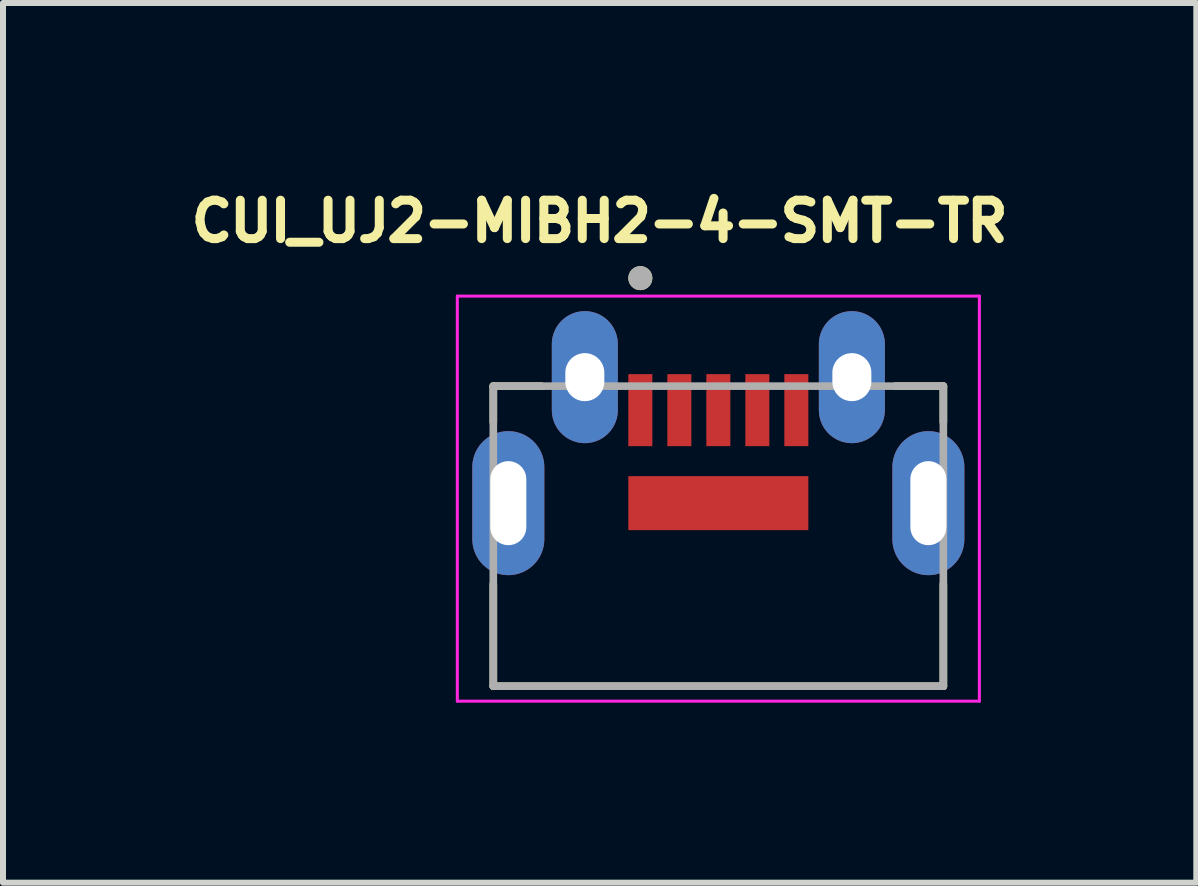
<source format=kicad_pcb>
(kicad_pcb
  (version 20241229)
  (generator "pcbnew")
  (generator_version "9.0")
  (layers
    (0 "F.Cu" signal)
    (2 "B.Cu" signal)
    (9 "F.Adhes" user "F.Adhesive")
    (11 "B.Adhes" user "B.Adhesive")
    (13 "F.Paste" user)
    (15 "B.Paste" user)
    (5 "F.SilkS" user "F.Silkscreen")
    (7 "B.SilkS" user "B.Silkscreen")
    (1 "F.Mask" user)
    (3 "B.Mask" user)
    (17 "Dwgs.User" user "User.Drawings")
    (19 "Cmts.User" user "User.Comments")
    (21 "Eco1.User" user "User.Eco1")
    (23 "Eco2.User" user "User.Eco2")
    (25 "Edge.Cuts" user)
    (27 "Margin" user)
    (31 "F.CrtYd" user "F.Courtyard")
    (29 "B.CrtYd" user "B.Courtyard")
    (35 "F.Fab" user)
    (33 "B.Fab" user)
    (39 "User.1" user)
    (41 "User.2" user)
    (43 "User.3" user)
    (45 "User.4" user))
  (footprint "CUI_UJ2-MIBH2-4-SMT-TR"
    (layer "F.Cu")
    (at 8.921 5.885)
    (property "Reference" "CUI_UJ2-MIBH2-4-SMT-TR" (at -1.978 -5.247 0) (layer "F.SilkS") (effects (font (size 0.64 0.64) (thickness 0.15))))
    (attr smd)
    (fp_line (start -3.75 -2.5) (end -3.75 -1.9) (stroke (width 0.127) (type solid)) (layer "F.SilkS"))
    (fp_line (start -3.75 -2.5) (end -2.95 -2.5) (stroke (width 0.127) (type solid)) (layer "F.SilkS"))
    (fp_line (start -3.75 2.5) (end -3.75 0.8) (stroke (width 0.127) (type solid)) (layer "F.SilkS"))
    (fp_line (start 3.75 -2.5) (end 2.95 -2.5) (stroke (width 0.127) (type solid)) (layer "F.SilkS"))
    (fp_line (start 3.75 -2.5) (end 3.75 -1.9) (stroke (width 0.127) (type solid)) (layer "F.SilkS"))
    (fp_line (start 3.75 2.5) (end -3.75 2.5) (stroke (width 0.127) (type solid)) (layer "F.SilkS"))
    (fp_line (start 3.75 2.5) (end 3.75 0.8) (stroke (width 0.127) (type solid)) (layer "F.SilkS"))
    (fp_circle (center -1.3 -4.3) (end -1.2 -4.3) (stroke (width 0.2) (type solid)) (fill no) (layer "F.SilkS"))
    (fp_line (start -4.35 -4) (end 4.35 -4) (stroke (width 0.05) (type solid)) (layer "F.CrtYd"))
    (fp_line (start -4.35 2.75) (end -4.35 -4) (stroke (width 0.05) (type solid)) (layer "F.CrtYd"))
    (fp_line (start 4.35 -4) (end 4.35 2.75) (stroke (width 0.05) (type solid)) (layer "F.CrtYd"))
    (fp_line (start 4.35 2.75) (end -4.35 2.75) (stroke (width 0.05) (type solid)) (layer "F.CrtYd"))
    (fp_line (start -3.75 -2.5) (end 3.75 -2.5) (stroke (width 0.127) (type solid)) (layer "F.Fab"))
    (fp_line (start -3.75 2.5) (end -3.75 -2.5) (stroke (width 0.127) (type solid)) (layer "F.Fab"))
    (fp_line (start 3.75 -2.5) (end 3.75 2.5) (stroke (width 0.127) (type solid)) (layer "F.Fab"))
    (fp_line (start 3.75 2.5) (end -3.75 2.5) (stroke (width 0.127) (type solid)) (layer "F.Fab"))
    (fp_circle (center -1.3 -4.3) (end -1.2 -4.3) (stroke (width 0.2) (type solid)) (fill no) (layer "F.Fab"))
    (pad "1" smd rect (at -1.3 -2.1) (size 0.4 1.2) (layers "F.Cu" "F.Mask" "F.Paste"))
    (pad "2" smd rect (at -0.65 -2.1) (size 0.4 1.2) (layers "F.Cu" "F.Mask" "F.Paste"))
    (pad "3" smd rect (at 0 -2.1) (size 0.4 1.2) (layers "F.Cu" "F.Mask" "F.Paste"))
    (pad "4" smd rect (at 0.65 -2.1) (size 0.4 1.2) (layers "F.Cu" "F.Mask" "F.Paste"))
    (pad "5" smd rect (at 1.3 -2.1) (size 0.4 1.2) (layers "F.Cu" "F.Mask" "F.Paste"))
    (pad "SH1" thru_hole oval (at -3.5 -0.55) (size 1.2 2.4) (drill oval 0.6 1.4) (layers "*.Cu" "*.Mask"))
    (pad "SH2" thru_hole oval (at -2.225 -2.65) (size 1.1 2.2) (drill oval 0.65 0.8) (layers "*.Cu" "*.Mask"))
    (pad "SH3" thru_hole oval (at 2.225 -2.65) (size 1.1 2.2) (drill oval 0.65 0.8) (layers "*.Cu" "*.Mask"))
    (pad "SH4" thru_hole oval (at 3.5 -0.55) (size 1.2 2.4) (drill oval 0.6 1.4) (layers "*.Cu" "*.Mask"))
    (pad "SH5" smd rect (at 0 -0.55) (size 3 0.9) (layers "F.Cu" "F.Mask" "F.Paste")))
  (gr_rect
    (start -3 -3)
    (end 16.886 11.66)
    (stroke (width 0.1) (type default))
    (fill no)
    (layer "Edge.Cuts")))
</source>
